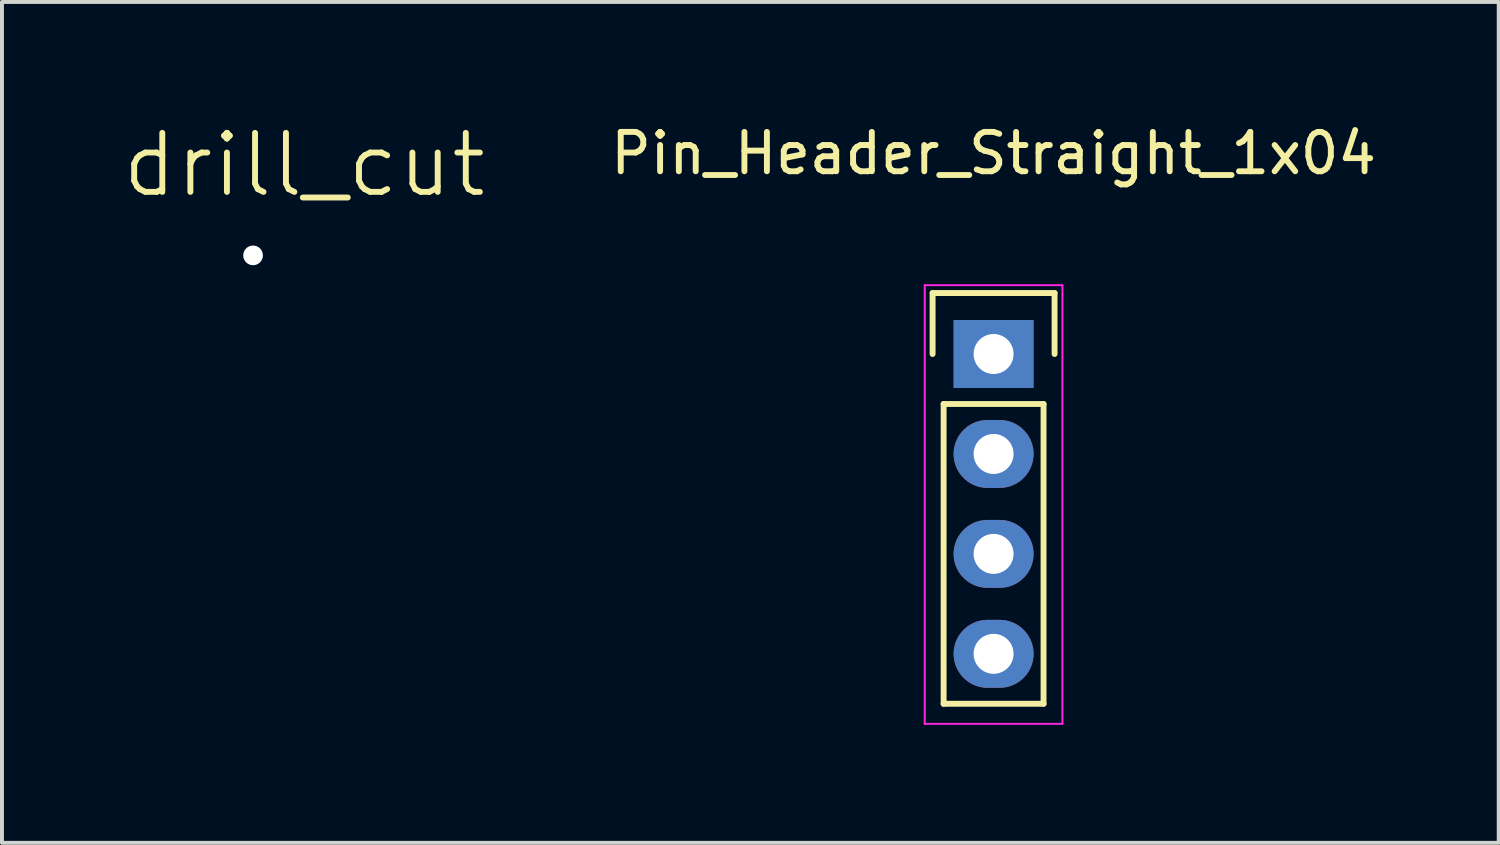
<source format=kicad_pcb>
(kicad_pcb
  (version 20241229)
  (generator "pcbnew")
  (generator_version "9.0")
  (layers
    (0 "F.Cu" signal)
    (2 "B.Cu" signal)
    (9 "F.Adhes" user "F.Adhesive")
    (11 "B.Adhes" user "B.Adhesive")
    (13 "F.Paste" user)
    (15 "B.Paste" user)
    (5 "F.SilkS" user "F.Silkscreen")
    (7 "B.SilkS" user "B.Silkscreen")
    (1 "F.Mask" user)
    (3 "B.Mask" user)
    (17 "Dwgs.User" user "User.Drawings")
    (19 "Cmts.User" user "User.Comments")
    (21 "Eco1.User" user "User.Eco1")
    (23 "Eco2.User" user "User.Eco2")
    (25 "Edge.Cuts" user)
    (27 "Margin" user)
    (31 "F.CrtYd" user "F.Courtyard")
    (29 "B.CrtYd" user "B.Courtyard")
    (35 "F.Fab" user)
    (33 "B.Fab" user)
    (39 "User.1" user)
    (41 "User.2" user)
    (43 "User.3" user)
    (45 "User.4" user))
  (footprint "Pin_Header_Straight_1x04"
    (layer "F.Cu")
    (at 22.204 5.948)
    (property "Reference" "Pin_Header_Straight_1x04" (at 0 -5.1 0) (layer "F.SilkS") (effects (font (size 1 1) (thickness 0.15))))
    (attr through_hole)
    (fp_line (start -1.55 -1.55) (end 1.55 -1.55) (stroke (width 0.15) (type solid)) (layer "F.SilkS"))
    (fp_line (start -1.55 0) (end -1.55 -1.55) (stroke (width 0.15) (type solid)) (layer "F.SilkS"))
    (fp_line (start -1.27 1.27) (end -1.27 8.89) (stroke (width 0.15) (type solid)) (layer "F.SilkS"))
    (fp_line (start -1.27 8.89) (end 1.27 8.89) (stroke (width 0.15) (type solid)) (layer "F.SilkS"))
    (fp_line (start 1.27 1.27) (end -1.27 1.27) (stroke (width 0.15) (type solid)) (layer "F.SilkS"))
    (fp_line (start 1.27 1.27) (end 1.27 8.89) (stroke (width 0.15) (type solid)) (layer "F.SilkS"))
    (fp_line (start 1.55 -1.55) (end 1.55 0) (stroke (width 0.15) (type solid)) (layer "F.SilkS"))
    (fp_line (start -1.75 -1.75) (end -1.75 9.4) (stroke (width 0.05) (type solid)) (layer "F.CrtYd"))
    (fp_line (start -1.75 -1.75) (end 1.75 -1.75) (stroke (width 0.05) (type solid)) (layer "F.CrtYd"))
    (fp_line (start -1.75 9.4) (end 1.75 9.4) (stroke (width 0.05) (type solid)) (layer "F.CrtYd"))
    (fp_line (start 1.75 -1.75) (end 1.75 9.4) (stroke (width 0.05) (type solid)) (layer "F.CrtYd"))
    (pad "1" thru_hole rect (at 0 0) (size 2.032 1.727) (drill 1.016) (layers "*.Cu" "*.Mask"))
    (pad "2" thru_hole oval (at 0 2.54) (size 2.032 1.727) (drill 1.016) (layers "*.Cu" "*.Mask"))
    (pad "3" thru_hole oval (at 0 5.08) (size 2.032 1.727) (drill 1.016) (layers "*.Cu" "*.Mask"))
    (pad "4" thru_hole oval (at 0 7.62) (size 2.032 1.727) (drill 1.016) (layers "*.Cu" "*.Mask")))
  (footprint "drill_cut"
    (layer "F.Cu")
    (at 3.382 3.441)
    (property "Reference" "drill_cut" (at 1.3 -2.3 0) (layer "F.SilkS") (effects (font (size 1.5 1.5) (thickness 0.15))))
    (attr through_hole)
    (pad "" np_thru_hole circle (at 0 0) (size 0.5 0.5) (drill 0.5) (layers "*.Cu" "*.Mask")))
  (gr_rect
    (start -3 -3)
    (end 35.043 18.373)
    (stroke (width 0.1) (type default))
    (fill no)
    (layer "Edge.Cuts")))
</source>
